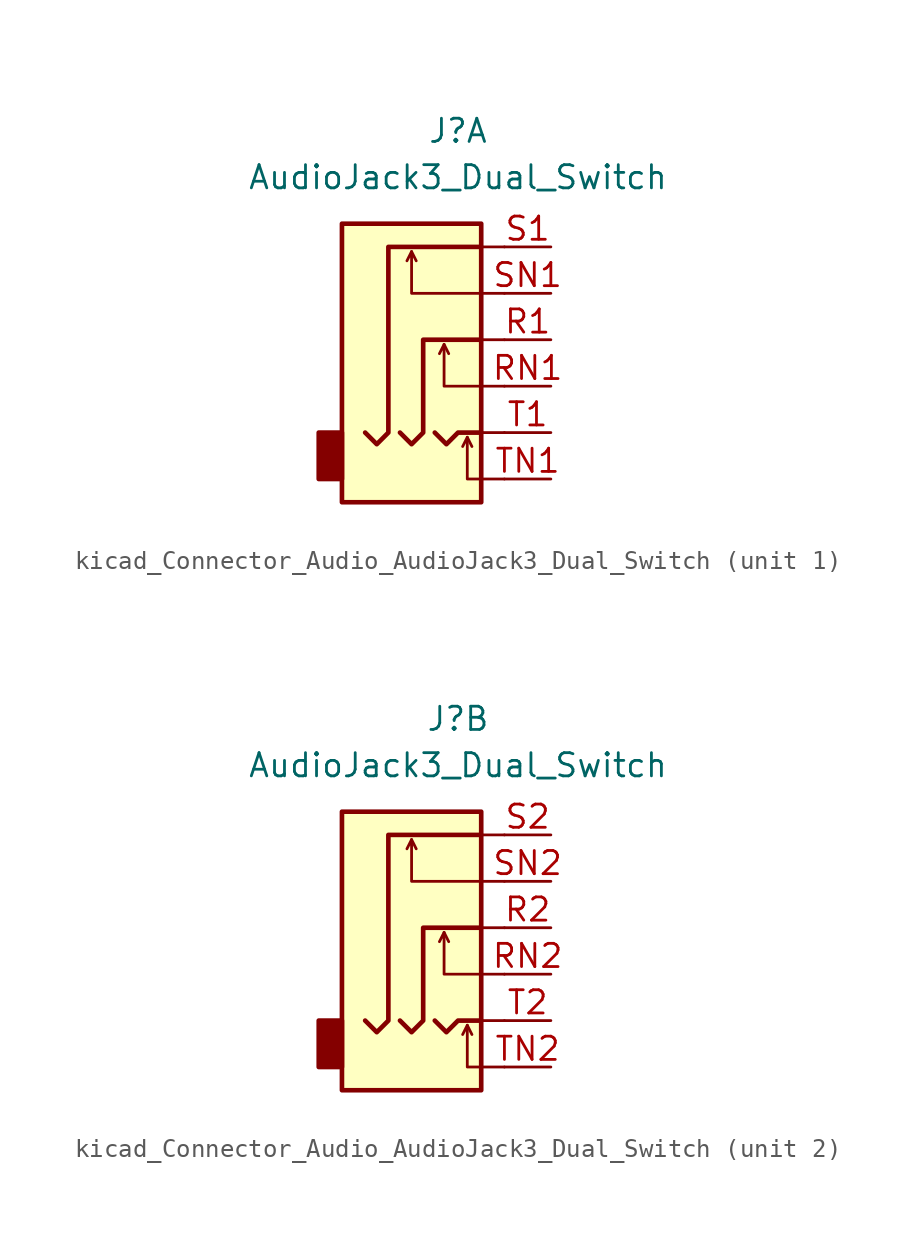
<source format=kicad_sym>
(kicad_symbol_lib
  (version 20220914)
  (generator kicad_symbol_editor)
  (symbol "kicad_Connector_Audio_AudioJack3_Dual_Switch"
    (property "Reference" "J"
      (at 0 11.43 0)
      (effects (font (size 1.27 1.27))))
    (property "Value" "AudioJack3_Dual_Switch"
      (at 0 8.89 0)
      (effects (font (size 1.27 1.27))))
    (symbol "kicad_Connector_Audio_AudioJack3_Dual_Switch_0_1"
      (rectangle (start -6.35 -5.08) (end -7.62 -7.62) (stroke (width 0.254) (type default)) (fill (type outline)))
      (polyline (pts (xy -2.54 4.826) (xy -2.286 4.318)) (stroke (width 0) (type default)) (fill (type none)))
      (polyline (pts (xy -0.762 -0.254) (xy -0.508 -0.762)) (stroke (width 0) (type default)) (fill (type none)))
      (polyline (pts (xy 0.508 -5.334) (xy 0.762 -5.842)) (stroke (width 0) (type default)) (fill (type none)))
      (polyline (pts (xy 1.27 0) (xy 2.54 0)) (stroke (width 0) (type default)) (fill (type none)))
      (polyline (pts (xy 2.54 -5.08) (xy 1.27 -5.08)) (stroke (width 0) (type default)) (fill (type none)))
      (polyline (pts (xy 2.54 5.08) (xy 1.27 5.08)) (stroke (width 0) (type default)) (fill (type none)))
      (polyline (pts (xy -1.27 -5.08) (xy -0.635 -5.715) (xy 0 -5.08) (xy 1.27 -5.08)) (stroke (width 0.254) (type default)) (fill (type none)))
      (polyline (pts (xy 2.54 -7.62) (xy 0.508 -7.62) (xy 0.508 -5.334) (xy 0.254 -5.842)) (stroke (width 0) (type default)) (fill (type none)))
      (polyline (pts (xy 2.54 -2.54) (xy -0.762 -2.54) (xy -0.762 -0.254) (xy -1.016 -0.762)) (stroke (width 0) (type default)) (fill (type none)))
      (polyline (pts (xy 2.54 2.54) (xy -2.54 2.54) (xy -2.54 4.826) (xy -2.794 4.318)) (stroke (width 0) (type default)) (fill (type none)))
      (polyline (pts (xy -3.175 -5.08) (xy -2.54 -5.715) (xy -1.905 -5.08) (xy -1.905 0) (xy 1.27 0)) (stroke (width 0.254) (type default)) (fill (type none)))
      (polyline (pts (xy 1.27 5.08) (xy -3.81 5.08) (xy -3.81 -5.08) (xy -4.445 -5.715) (xy -5.08 -5.08)) (stroke (width 0.254) (type default)) (fill (type none)))
      (rectangle (start 1.27 6.35) (end -6.35 -8.89) (stroke (width 0.254) (type default)) (fill (type background))))
    (symbol "kicad_Connector_Audio_AudioJack3_Dual_Switch_1_1"
      (pin passive line (at 5.08 0 180) (length 2.54) (name "~" (effects (font (size 1.27 1.27)))) (number "R1" (effects (font (size 1.27 1.27)))))
      (pin passive line (at 5.08 -2.54 180) (length 2.54) (name "~" (effects (font (size 1.27 1.27)))) (number "RN1" (effects (font (size 1.27 1.27)))))
      (pin passive line (at 5.08 5.08 180) (length 2.54) (name "~" (effects (font (size 1.27 1.27)))) (number "S1" (effects (font (size 1.27 1.27)))))
      (pin passive line (at 5.08 2.54 180) (length 2.54) (name "~" (effects (font (size 1.27 1.27)))) (number "SN1" (effects (font (size 1.27 1.27)))))
      (pin passive line (at 5.08 -5.08 180) (length 2.54) (name "~" (effects (font (size 1.27 1.27)))) (number "T1" (effects (font (size 1.27 1.27)))))
      (pin passive line (at 5.08 -7.62 180) (length 2.54) (name "~" (effects (font (size 1.27 1.27)))) (number "TN1" (effects (font (size 1.27 1.27))))))
    (symbol "kicad_Connector_Audio_AudioJack3_Dual_Switch_2_1"
      (pin passive line (at 5.08 0 180) (length 2.54) (name "~" (effects (font (size 1.27 1.27)))) (number "R2" (effects (font (size 1.27 1.27)))))
      (pin passive line (at 5.08 -2.54 180) (length 2.54) (name "~" (effects (font (size 1.27 1.27)))) (number "RN2" (effects (font (size 1.27 1.27)))))
      (pin passive line (at 5.08 5.08 180) (length 2.54) (name "~" (effects (font (size 1.27 1.27)))) (number "S2" (effects (font (size 1.27 1.27)))))
      (pin passive line (at 5.08 2.54 180) (length 2.54) (name "~" (effects (font (size 1.27 1.27)))) (number "SN2" (effects (font (size 1.27 1.27)))))
      (pin passive line (at 5.08 -5.08 180) (length 2.54) (name "~" (effects (font (size 1.27 1.27)))) (number "T2" (effects (font (size 1.27 1.27)))))
      (pin passive line (at 5.08 -7.62 180) (length 2.54) (name "~" (effects (font (size 1.27 1.27)))) (number "TN2" (effects (font (size 1.27 1.27))))))))
</source>
